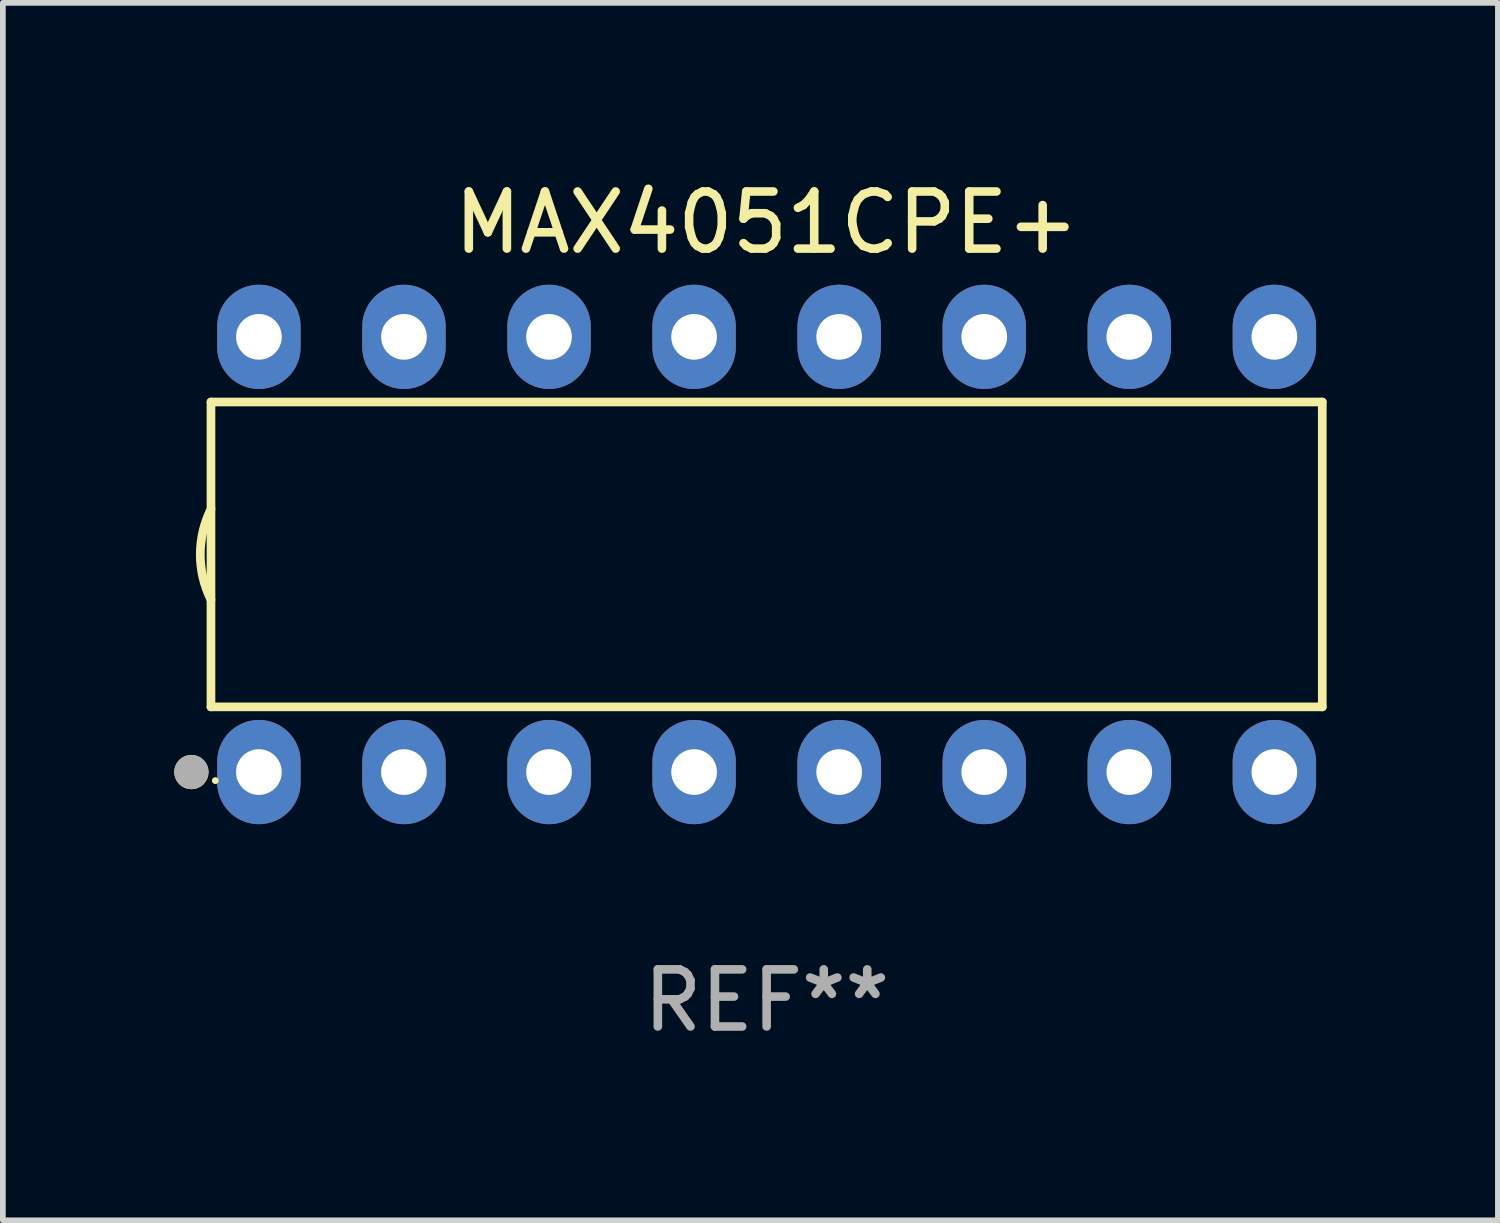
<source format=kicad_pcb>
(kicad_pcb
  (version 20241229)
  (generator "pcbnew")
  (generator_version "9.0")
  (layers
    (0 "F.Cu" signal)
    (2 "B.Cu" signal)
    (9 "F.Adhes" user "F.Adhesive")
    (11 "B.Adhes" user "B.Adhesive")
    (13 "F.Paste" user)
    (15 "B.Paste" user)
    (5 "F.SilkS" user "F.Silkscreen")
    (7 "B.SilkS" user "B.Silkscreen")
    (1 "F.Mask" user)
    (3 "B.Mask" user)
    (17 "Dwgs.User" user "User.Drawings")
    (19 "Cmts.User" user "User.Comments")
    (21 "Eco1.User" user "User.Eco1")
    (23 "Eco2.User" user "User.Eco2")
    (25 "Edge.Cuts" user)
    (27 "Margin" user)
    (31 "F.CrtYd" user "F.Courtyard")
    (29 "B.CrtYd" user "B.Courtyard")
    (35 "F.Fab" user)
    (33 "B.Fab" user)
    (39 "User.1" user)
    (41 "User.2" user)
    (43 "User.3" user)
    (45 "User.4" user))
  (footprint "MAX4051CPE+"
    (layer "F.Cu")
    (at 10.373 6.658)
    (property "Reference" "MAX4051CPE+" (at 0 -5.81 0) (layer "F.SilkS") (effects (font (size 1 1) (thickness 0.15))))
    (attr through_hole)
    (fp_line (start -9.729 -2.669) (end 9.729 -2.669) (stroke (width 0.152) (type solid)) (layer "F.SilkS"))
    (fp_line (start -9.729 2.669) (end -9.729 -2.669) (stroke (width 0.152) (type solid)) (layer "F.SilkS"))
    (fp_line (start 9.729 -2.669) (end 9.729 2.669) (stroke (width 0.152) (type solid)) (layer "F.SilkS"))
    (fp_line (start 9.729 2.669) (end -9.729 2.669) (stroke (width 0.152) (type solid)) (layer "F.SilkS"))
    (fp_arc (start -9.728727 0.793751) (mid -9.916106 0) (end -9.728727 -0.793752) (stroke (width 0.1524) (type solid)) (layer "F.SilkS"))
    (fp_circle (center -10.072 3.81) (end -9.922 3.81) (stroke (width 0.3) (type solid)) (fill no) (layer "F.SilkS"))
    (fp_circle (center -9.653 3.96) (end -9.623 3.96) (stroke (width 0.06) (type solid)) (fill no) (layer "F.SilkS"))
    (fp_circle (center -10.072 3.81) (end -9.922 3.81) (stroke (width 0.3) (type solid)) (fill no) (layer "F.Fab"))
    (fp_text user "REF**" (at 0 7.81 0) (layer "F.Fab") (effects (font (size 1 1) (thickness 0.15))))
    (pad "1" thru_hole oval (at -8.89 3.81) (size 1.46 1.825) (drill 0.8) (layers "*.Cu" "*.Mask"))
    (pad "2" thru_hole oval (at -6.35 3.81) (size 1.46 1.825) (drill 0.8) (layers "*.Cu" "*.Mask"))
    (pad "3" thru_hole oval (at -3.81 3.81) (size 1.46 1.825) (drill 0.8) (layers "*.Cu" "*.Mask"))
    (pad "4" thru_hole oval (at -1.27 3.81) (size 1.46 1.825) (drill 0.8) (layers "*.Cu" "*.Mask"))
    (pad "5" thru_hole oval (at 1.27 3.81) (size 1.46 1.825) (drill 0.8) (layers "*.Cu" "*.Mask"))
    (pad "6" thru_hole oval (at 3.81 3.81) (size 1.46 1.825) (drill 0.8) (layers "*.Cu" "*.Mask"))
    (pad "7" thru_hole oval (at 6.35 3.81) (size 1.46 1.825) (drill 0.8) (layers "*.Cu" "*.Mask"))
    (pad "8" thru_hole oval (at 8.89 3.81) (size 1.46 1.825) (drill 0.8) (layers "*.Cu" "*.Mask"))
    (pad "9" thru_hole oval (at 8.89 -3.81) (size 1.46 1.825) (drill 0.8) (layers "*.Cu" "*.Mask"))
    (pad "10" thru_hole oval (at 6.35 -3.81) (size 1.46 1.825) (drill 0.8) (layers "*.Cu" "*.Mask"))
    (pad "11" thru_hole oval (at 3.81 -3.81) (size 1.46 1.825) (drill 0.8) (layers "*.Cu" "*.Mask"))
    (pad "12" thru_hole oval (at 1.27 -3.81) (size 1.46 1.825) (drill 0.8) (layers "*.Cu" "*.Mask"))
    (pad "13" thru_hole oval (at -1.27 -3.81) (size 1.46 1.825) (drill 0.8) (layers "*.Cu" "*.Mask"))
    (pad "14" thru_hole oval (at -3.81 -3.81) (size 1.46 1.825) (drill 0.8) (layers "*.Cu" "*.Mask"))
    (pad "15" thru_hole oval (at -6.35 -3.81) (size 1.46 1.825) (drill 0.8) (layers "*.Cu" "*.Mask"))
    (pad "16" thru_hole oval (at -8.89 -3.81) (size 1.46 1.825) (drill 0.8) (layers "*.Cu" "*.Mask")))
  (gr_rect
    (start -3 -3)
    (end 23.177 18.317)
    (stroke (width 0.1) (type default))
    (fill no)
    (layer "Edge.Cuts")))
</source>
